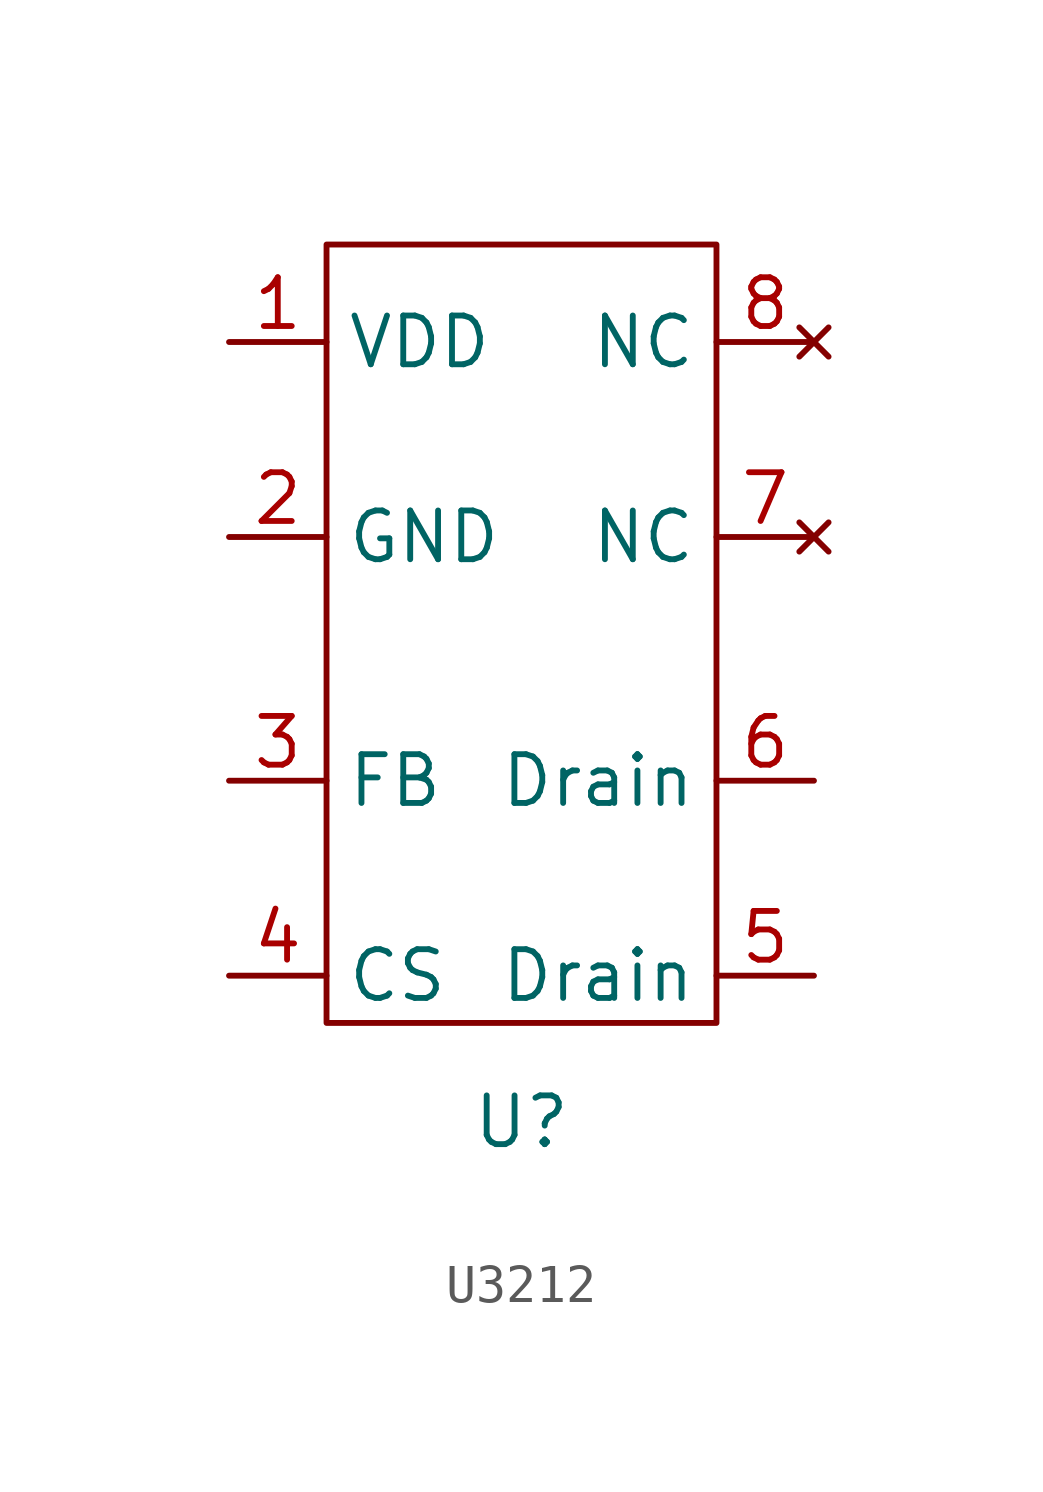
<source format=kicad_sym>
(kicad_symbol_lib
  (version 20220914)
  (generator kicad_symbol_editor)
  (symbol "U3212"
    (property "Reference" "U"
      (at 0 0 0)
      (effects (font (size 1.27 1.27))))
    (property "Value" ""
      (at 0 0 0)
      (effects (font (size 1.27 1.27))))
    (symbol "U3212_0_1"
      (rectangle (start -5.08 22.86) (end 5.08 2.579) (stroke (width 0) (type default)) (fill (type none))))
    (symbol "U3212_1_1"
      (pin power_in line (at -7.62 20.32 0) (length 2.54) (name "VDD" (effects (font (size 1.27 1.27)))) (number "1" (effects (font (size 1.27 1.27)))))
      (pin power_in line (at -7.62 15.24 0) (length 2.54) (name "GND" (effects (font (size 1.27 1.27)))) (number "2" (effects (font (size 1.27 1.27)))))
      (pin input line (at -7.62 8.89 0) (length 2.54) (name "FB" (effects (font (size 1.27 1.27)))) (number "3" (effects (font (size 1.27 1.27)))))
      (pin power_out line (at -7.62 3.81 0) (length 2.54) (name "CS" (effects (font (size 1.27 1.27)))) (number "4" (effects (font (size 1.27 1.27)))))
      (pin power_in line (at 7.62 3.81 180) (length 2.54) (name "Drain" (effects (font (size 1.27 1.27)))) (number "5" (effects (font (size 1.27 1.27)))))
      (pin power_in line (at 7.62 8.89 180) (length 2.54) (name "Drain" (effects (font (size 1.27 1.27)))) (number "6" (effects (font (size 1.27 1.27)))))
      (pin no_connect line (at 7.62 15.24 180) (length 2.54) (name "NC" (effects (font (size 1.27 1.27)))) (number "7" (effects (font (size 1.27 1.27)))))
      (pin no_connect line (at 7.62 20.32 180) (length 2.54) (name "NC" (effects (font (size 1.27 1.27)))) (number "8" (effects (font (size 1.27 1.27))))))))
</source>
